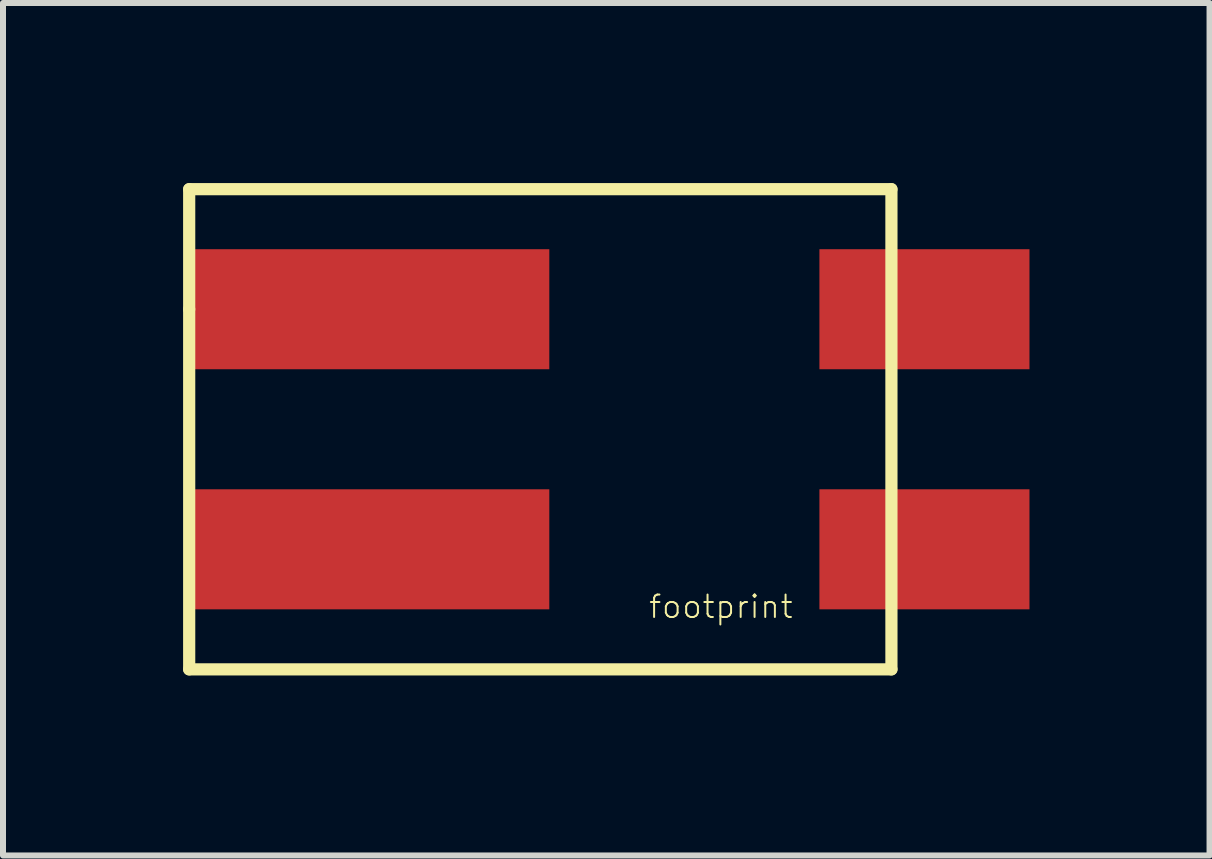
<source format=kicad_pcb>
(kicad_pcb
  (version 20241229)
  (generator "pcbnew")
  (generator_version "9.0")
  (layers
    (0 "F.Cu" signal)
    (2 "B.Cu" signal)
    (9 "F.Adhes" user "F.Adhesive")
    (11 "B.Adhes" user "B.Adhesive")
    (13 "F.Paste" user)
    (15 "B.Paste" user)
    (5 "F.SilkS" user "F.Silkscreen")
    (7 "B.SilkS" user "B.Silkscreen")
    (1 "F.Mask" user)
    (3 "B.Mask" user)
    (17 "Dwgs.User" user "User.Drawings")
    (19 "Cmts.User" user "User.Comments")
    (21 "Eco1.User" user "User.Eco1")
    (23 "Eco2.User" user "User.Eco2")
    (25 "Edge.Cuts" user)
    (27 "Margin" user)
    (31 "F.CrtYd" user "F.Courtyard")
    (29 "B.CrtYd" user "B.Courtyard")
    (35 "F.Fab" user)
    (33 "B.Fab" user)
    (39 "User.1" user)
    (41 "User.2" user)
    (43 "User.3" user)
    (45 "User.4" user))
  (footprint "footprint"
    (layer "F.Cu")
    (at 7.102 4.102)
    (property "Reference" "footprint" (at 0.635 3.175 0) (layer "F.SilkS") (effects (font (size 0.374 0.374) (thickness 0.033)) (justify left bottom)))
    (fp_line (start -7 -4) (end 4.7 -4) (stroke (width 0.203) (type solid)) (layer "F.SilkS"))
    (fp_line (start -7 -2) (end -7 -4) (stroke (width 0.203) (type solid)) (layer "F.SilkS"))
    (fp_line (start -7 4) (end -7 -2) (stroke (width 0.203) (type solid)) (layer "F.SilkS"))
    (fp_line (start 4.7 -4) (end 4.7 4) (stroke (width 0.203) (type solid)) (layer "F.SilkS"))
    (fp_line (start 4.7 4) (end -7 4) (stroke (width 0.203) (type solid)) (layer "F.SilkS"))
    (pad "P1" smd rect (at 5.25 -2) (size 3.5 2) (layers "F.Cu" "F.Mask" "F.Paste"))
    (pad "P2" smd rect (at 5.25 2) (size 3.5 2) (layers "F.Cu" "F.Mask" "F.Paste"))
    (pad "P3" smd rect (at -4 -2) (size 6 2) (layers "F.Cu" "F.Mask" "F.Paste"))
    (pad "P4" smd rect (at -4 2) (size 6 2) (layers "F.Cu" "F.Mask" "F.Paste")))
  (gr_rect
    (start -3 -3)
    (end 17.102 11.203)
    (stroke (width 0.1) (type default))
    (fill no)
    (layer "Edge.Cuts")))
</source>
